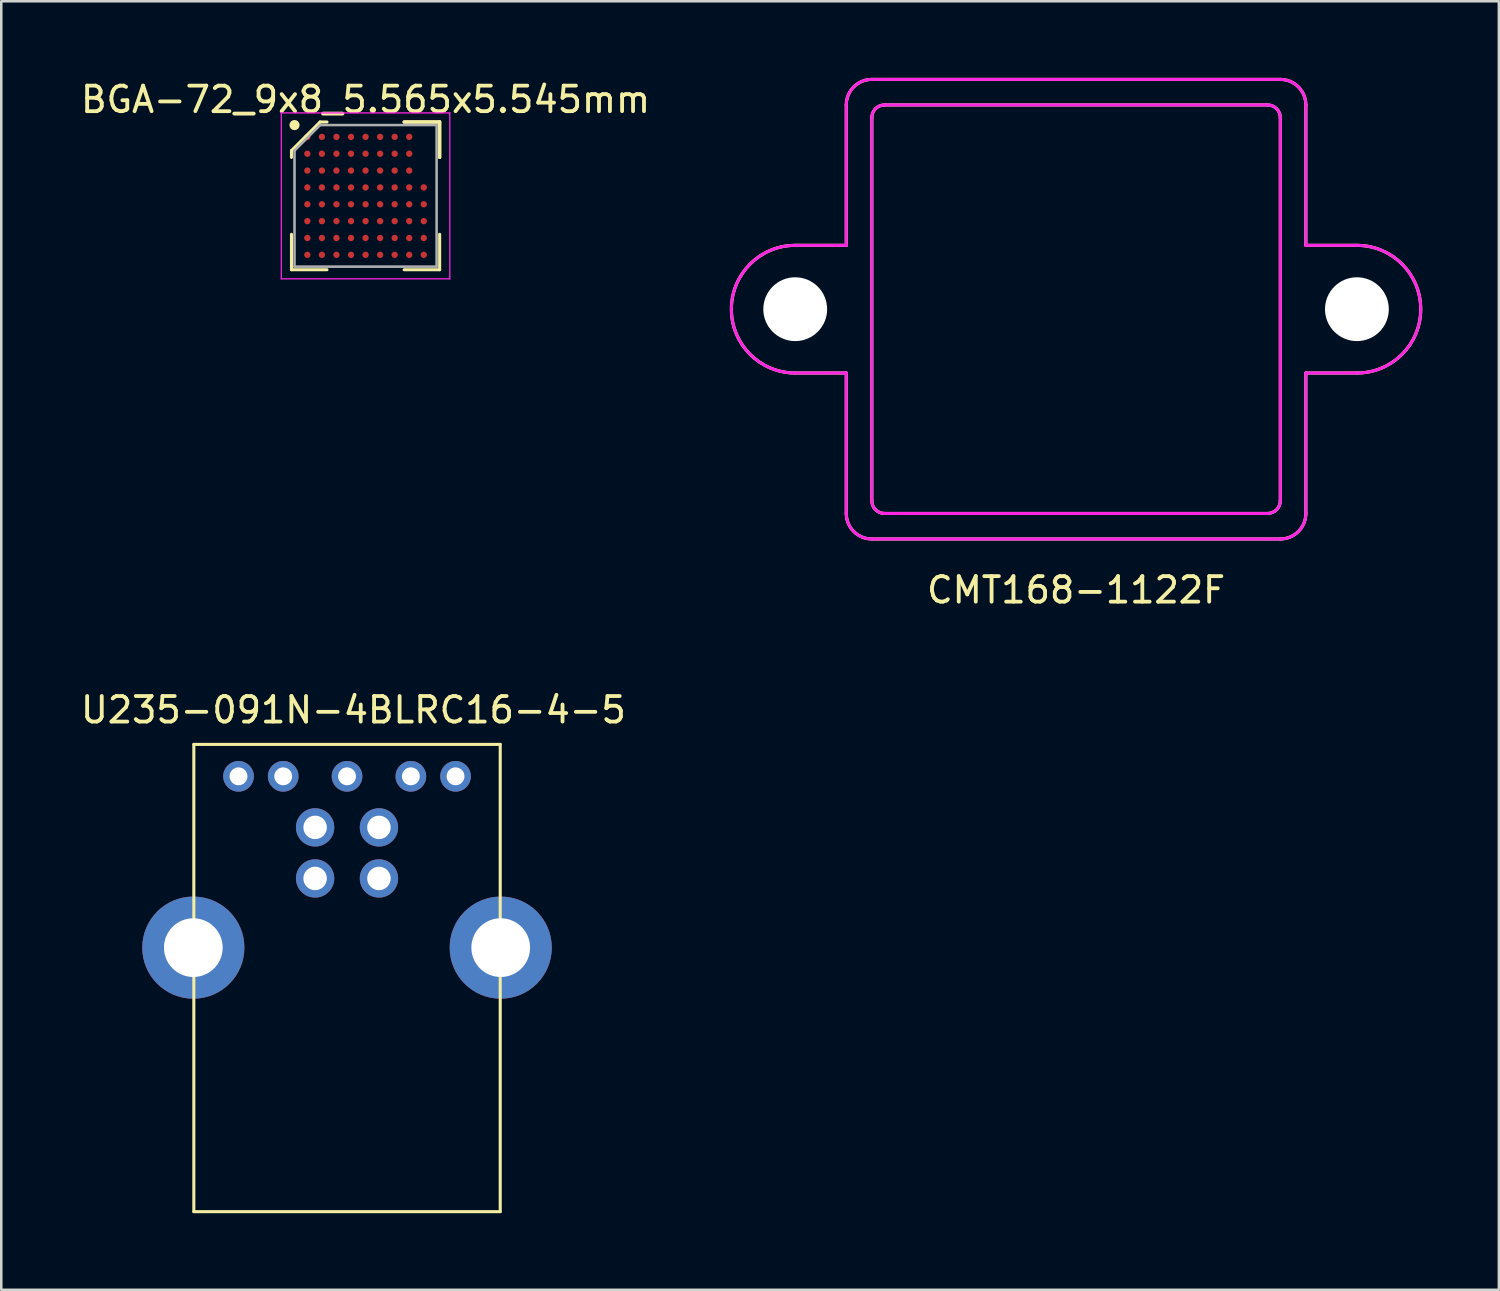
<source format=kicad_pcb>
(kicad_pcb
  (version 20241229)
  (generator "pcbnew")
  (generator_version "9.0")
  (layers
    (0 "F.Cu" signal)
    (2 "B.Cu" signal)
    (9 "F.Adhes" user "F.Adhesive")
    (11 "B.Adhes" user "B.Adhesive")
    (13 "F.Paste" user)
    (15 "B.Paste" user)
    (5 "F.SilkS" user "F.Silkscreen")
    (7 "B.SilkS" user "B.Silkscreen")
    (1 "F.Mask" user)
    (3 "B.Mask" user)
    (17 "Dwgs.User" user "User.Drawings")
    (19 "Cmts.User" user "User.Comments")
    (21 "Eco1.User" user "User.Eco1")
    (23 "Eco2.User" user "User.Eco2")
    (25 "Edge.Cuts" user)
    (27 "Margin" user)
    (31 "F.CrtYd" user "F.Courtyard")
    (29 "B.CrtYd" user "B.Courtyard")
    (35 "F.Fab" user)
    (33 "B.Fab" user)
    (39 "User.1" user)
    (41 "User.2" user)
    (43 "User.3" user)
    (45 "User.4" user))
  (footprint "U235-091N-4BLRC16-4-5"
    (layer "F.Cu")
    (at 10.542 34.106)
    (property "Reference" "U235-091N-4BLRC16-4-5" (at 0.25 -9.35 0) (layer "F.SilkS") (effects (font (size 1 1) (thickness 0.15))))
    (attr through_hole)
    (fp_line (start -6 -8) (end 6 -8) (stroke (width 0.12) (type solid)) (layer "F.SilkS"))
    (fp_line (start -6 10.3) (end -6 -8) (stroke (width 0.12) (type solid)) (layer "F.SilkS"))
    (fp_line (start -6 10.3) (end 6 10.3) (stroke (width 0.12) (type solid)) (layer "F.SilkS"))
    (fp_line (start 6 -8) (end 6 10.3) (stroke (width 0.12) (type solid)) (layer "F.SilkS"))
    (pad "1" thru_hole circle (at 1.25 -4.75) (size 1.5 1.5) (drill 0.92) (layers "*.Cu" "*.Mask"))
    (pad "2" thru_hole circle (at -1.25 -4.75) (size 1.5 1.5) (drill 0.92) (layers "*.Cu" "*.Mask"))
    (pad "3" thru_hole circle (at -1.25 -2.75) (size 1.5 1.5) (drill 0.92) (layers "*.Cu" "*.Mask"))
    (pad "4" thru_hole circle (at 1.25 -2.75) (size 1.5 1.5) (drill 0.92) (layers "*.Cu" "*.Mask"))
    (pad "5" thru_hole circle (at -4.25 -6.75) (size 1.2 1.2) (drill 0.7) (layers "*.Cu" "*.Mask"))
    (pad "6" thru_hole circle (at -2.5 -6.75) (size 1.2 1.2) (drill 0.7) (layers "*.Cu" "*.Mask"))
    (pad "7" thru_hole circle (at 0 -6.75) (size 1.2 1.2) (drill 0.7) (layers "*.Cu" "*.Mask"))
    (pad "8" thru_hole circle (at 2.5 -6.75) (size 1.2 1.2) (drill 0.7) (layers "*.Cu" "*.Mask"))
    (pad "9" thru_hole circle (at 4.25 -6.75) (size 1.2 1.2) (drill 0.7) (layers "*.Cu" "*.Mask"))
    (pad "10" thru_hole circle (at -6.02 -0.04) (size 4 4) (drill 2.3) (layers "*.Cu" "*.Mask"))
    (pad "10" thru_hole circle (at 6.02 -0.04) (size 4 4) (drill 2.3) (layers "*.Cu" "*.Mask")))
  (footprint "CMT168-1122F"
    (layer "F.Cu")
    (at 39.096 9.06)
    (property "Reference" "CMT168-1122F" (at 0 11 0) (layer "F.SilkS") (effects (font (size 1 1) (thickness 0.15))))
    (attr through_hole)
    (fp_line (start -11 -2.5) (end -9 -2.5) (stroke (width 0.12) (type solid)) (layer "F.SilkS"))
    (fp_line (start -9 -8) (end -9 -2.5) (stroke (width 0.12) (type solid)) (layer "F.SilkS"))
    (fp_line (start -9 2.5) (end -11 2.5) (stroke (width 0.12) (type solid)) (layer "F.SilkS"))
    (fp_line (start -9 2.5) (end -9 8) (stroke (width 0.12) (type solid)) (layer "F.SilkS"))
    (fp_line (start -8 -9) (end 8 -9) (stroke (width 0.12) (type solid)) (layer "F.SilkS"))
    (fp_line (start -8 7.5) (end -8 -7.5) (stroke (width 0.12) (type solid)) (layer "F.SilkS"))
    (fp_line (start -7.5 -8) (end 7.5 -8) (stroke (width 0.12) (type solid)) (layer "F.SilkS"))
    (fp_line (start 7.5 8) (end -7.5 8) (stroke (width 0.12) (type solid)) (layer "F.SilkS"))
    (fp_line (start 8 -7.5) (end 8 7.5) (stroke (width 0.12) (type solid)) (layer "F.SilkS"))
    (fp_line (start 8 9) (end -8 9) (stroke (width 0.12) (type solid)) (layer "F.SilkS"))
    (fp_line (start 9 -8) (end 9 -2.5) (stroke (width 0.12) (type solid)) (layer "F.SilkS"))
    (fp_line (start 9 -2.5) (end 11 -2.5) (stroke (width 0.12) (type solid)) (layer "F.SilkS"))
    (fp_line (start 9 2.5) (end 9 8) (stroke (width 0.12) (type solid)) (layer "F.SilkS"))
    (fp_line (start 11 2.5) (end 9 2.5) (stroke (width 0.12) (type solid)) (layer "F.SilkS"))
    (fp_arc (start -11 2.5) (mid -13.5 0) (end -11 -2.5) (stroke (width 0.12) (type solid)) (layer "F.SilkS"))
    (fp_arc (start -9 -8) (mid -8.707107 -8.707107) (end -8 -9) (stroke (width 0.12) (type solid)) (layer "F.SilkS"))
    (fp_arc (start -8 -7.5) (mid -7.853553 -7.853553) (end -7.5 -8) (stroke (width 0.12) (type solid)) (layer "F.SilkS"))
    (fp_arc (start -8 9) (mid -8.707107 8.707107) (end -9 8) (stroke (width 0.12) (type solid)) (layer "F.SilkS"))
    (fp_arc (start -7.5 8) (mid -7.853553 7.853553) (end -8 7.5) (stroke (width 0.12) (type solid)) (layer "F.SilkS"))
    (fp_arc (start 7.5 -8) (mid 7.853553 -7.853553) (end 8 -7.5) (stroke (width 0.12) (type solid)) (layer "F.SilkS"))
    (fp_arc (start 8 -9) (mid 8.707107 -8.707107) (end 9 -8) (stroke (width 0.12) (type solid)) (layer "F.SilkS"))
    (fp_arc (start 8 7.5) (mid 7.853553 7.853553) (end 7.5 8) (stroke (width 0.12) (type solid)) (layer "F.SilkS"))
    (fp_arc (start 9 8) (mid 8.707107 8.707107) (end 8 9) (stroke (width 0.12) (type solid)) (layer "F.SilkS"))
    (fp_arc (start 11 -2.5) (mid 13.5 0) (end 11 2.5) (stroke (width 0.12) (type solid)) (layer "F.SilkS"))
    (fp_line (start -11 2.5) (end -9 2.5) (stroke (width 0.12) (type solid)) (layer "F.CrtYd"))
    (fp_line (start -9 -8) (end -9 -2.5) (stroke (width 0.12) (type solid)) (layer "F.CrtYd"))
    (fp_line (start -9 -2.5) (end -11 -2.5) (stroke (width 0.12) (type solid)) (layer "F.CrtYd"))
    (fp_line (start -9 2.5) (end -9 8) (stroke (width 0.12) (type solid)) (layer "F.CrtYd"))
    (fp_line (start -8 -9) (end 8 -9) (stroke (width 0.12) (type solid)) (layer "F.CrtYd"))
    (fp_line (start -8 7.5) (end -8 -7.5) (stroke (width 0.12) (type solid)) (layer "F.CrtYd"))
    (fp_line (start -8 9) (end 8 9) (stroke (width 0.12) (type solid)) (layer "F.CrtYd"))
    (fp_line (start -7.5 -8) (end 7.5 -8) (stroke (width 0.12) (type solid)) (layer "F.CrtYd"))
    (fp_line (start 7.5 8) (end -7.5 8) (stroke (width 0.12) (type solid)) (layer "F.CrtYd"))
    (fp_line (start 8 7.5) (end 8 -7.5) (stroke (width 0.12) (type solid)) (layer "F.CrtYd"))
    (fp_line (start 9 -8) (end 9 -2.5) (stroke (width 0.12) (type solid)) (layer "F.CrtYd"))
    (fp_line (start 9 -2.5) (end 11 -2.5) (stroke (width 0.12) (type solid)) (layer "F.CrtYd"))
    (fp_line (start 9 2.5) (end 9 8) (stroke (width 0.12) (type solid)) (layer "F.CrtYd"))
    (fp_line (start 11 2.5) (end 9 2.5) (stroke (width 0.12) (type solid)) (layer "F.CrtYd"))
    (fp_arc (start -11 2.5) (mid -13.5 0) (end -11 -2.5) (stroke (width 0.12) (type solid)) (layer "F.CrtYd"))
    (fp_arc (start -9 -8) (mid -8.707107 -8.707107) (end -8 -9) (stroke (width 0.12) (type solid)) (layer "F.CrtYd"))
    (fp_arc (start -8 -7.5) (mid -7.853553 -7.853553) (end -7.5 -8) (stroke (width 0.12) (type solid)) (layer "F.CrtYd"))
    (fp_arc (start -8 9) (mid -8.707107 8.707107) (end -9 8) (stroke (width 0.12) (type solid)) (layer "F.CrtYd"))
    (fp_arc (start -7.5 8) (mid -7.853553 7.853553) (end -8 7.5) (stroke (width 0.12) (type solid)) (layer "F.CrtYd"))
    (fp_arc (start 7.5 -8) (mid 7.853553 -7.853553) (end 8 -7.5) (stroke (width 0.12) (type solid)) (layer "F.CrtYd"))
    (fp_arc (start 8 -9) (mid 8.707107 -8.707107) (end 9 -8) (stroke (width 0.12) (type solid)) (layer "F.CrtYd"))
    (fp_arc (start 8 7.5) (mid 7.853553 7.853553) (end 7.5 8) (stroke (width 0.12) (type solid)) (layer "F.CrtYd"))
    (fp_arc (start 9 8) (mid 8.707107 8.707107) (end 8 9) (stroke (width 0.12) (type solid)) (layer "F.CrtYd"))
    (fp_arc (start 11 -2.5) (mid 13.5 0) (end 11 2.5) (stroke (width 0.12) (type solid)) (layer "F.CrtYd"))
    (pad "" np_thru_hole circle (at -11 0 180) (size 2.5 2.5) (drill 2.5) (layers "*.Cu" "*.Mask"))
    (pad "" np_thru_hole circle (at 11 0 180) (size 2.5 2.5) (drill 2.5) (layers "*.Cu" "*.Mask")))
  (footprint "BGA-72_9x8_5.565x5.545mm"
    (layer "F.Cu")
    (at 11.268 4.621)
    (property "Reference" "BGA-72_9x8_5.565x5.545mm" (at 0 -3.772 0) (layer "F.SilkS") (effects (font (size 1 1) (thickness 0.15))))
    (attr smd)
    (fp_line (start -2.902 -1.772) (end -2.902 -1.506) (stroke (width 0.12) (type solid)) (layer "F.SilkS"))
    (fp_line (start -2.902 2.893) (end -2.902 1.506) (stroke (width 0.12) (type solid)) (layer "F.SilkS"))
    (fp_line (start -1.782 -2.893) (end -2.902 -1.772) (stroke (width 0.12) (type solid)) (layer "F.SilkS"))
    (fp_line (start -1.511 -2.893) (end -1.782 -2.893) (stroke (width 0.12) (type solid)) (layer "F.SilkS"))
    (fp_line (start -1.511 2.893) (end -2.902 2.893) (stroke (width 0.12) (type solid)) (layer "F.SilkS"))
    (fp_line (start 1.511 -2.893) (end 2.902 -2.893) (stroke (width 0.12) (type solid)) (layer "F.SilkS"))
    (fp_line (start 1.511 -2.893) (end 2.902 -2.893) (stroke (width 0.12) (type solid)) (layer "F.SilkS"))
    (fp_line (start 1.511 -2.893) (end 2.902 -2.893) (stroke (width 0.12) (type solid)) (layer "F.SilkS"))
    (fp_line (start 1.511 2.893) (end 2.902 2.893) (stroke (width 0.12) (type solid)) (layer "F.SilkS"))
    (fp_line (start 2.902 -2.893) (end 2.902 -1.506) (stroke (width 0.12) (type solid)) (layer "F.SilkS"))
    (fp_line (start 2.902 -2.893) (end 2.902 -1.506) (stroke (width 0.12) (type solid)) (layer "F.SilkS"))
    (fp_line (start 2.902 -2.893) (end 2.902 -1.506) (stroke (width 0.12) (type solid)) (layer "F.SilkS"))
    (fp_line (start 2.902 2.893) (end 2.902 1.506) (stroke (width 0.12) (type solid)) (layer "F.SilkS"))
    (fp_circle (center -2.783 -2.772) (end -2.783 -2.672) (stroke (width 0.2) (type solid)) (fill no) (layer "F.SilkS"))
    (fp_line (start -3.3 -3.25) (end 3.3 -3.25) (stroke (width 0.05) (type solid)) (layer "F.CrtYd"))
    (fp_line (start -3.3 3.25) (end -3.3 -3.25) (stroke (width 0.05) (type solid)) (layer "F.CrtYd"))
    (fp_line (start 3.3 -3.25) (end 3.3 3.25) (stroke (width 0.05) (type solid)) (layer "F.CrtYd"))
    (fp_line (start 3.3 3.25) (end -3.3 3.25) (stroke (width 0.05) (type solid)) (layer "F.CrtYd"))
    (fp_line (start -2.783 -1.772) (end -2.783 2.772) (stroke (width 0.1) (type solid)) (layer "F.Fab"))
    (fp_line (start -2.783 2.772) (end 2.783 2.772) (stroke (width 0.1) (type solid)) (layer "F.Fab"))
    (fp_line (start -1.782 -2.772) (end -2.783 -1.772) (stroke (width 0.1) (type solid)) (layer "F.Fab"))
    (fp_line (start 2.783 -2.772) (end -1.782 -2.772) (stroke (width 0.1) (type solid)) (layer "F.Fab"))
    (fp_line (start 2.783 2.772) (end 2.783 -2.772) (stroke (width 0.1) (type solid)) (layer "F.Fab"))
    (pad "A1" smd circle (at -2.28 -2.31) (size 0.25 0.25) (layers "F.Cu" "F.Mask" "F.Paste"))
    (pad "A2" smd circle (at -1.71 -2.31) (size 0.25 0.25) (layers "F.Cu" "F.Mask" "F.Paste"))
    (pad "A3" smd circle (at -1.14 -2.31) (size 0.25 0.25) (layers "F.Cu" "F.Mask" "F.Paste"))
    (pad "A4" smd circle (at -0.57 -2.31) (size 0.25 0.25) (layers "F.Cu" "F.Mask" "F.Paste"))
    (pad "A5" smd circle (at 0 -2.31) (size 0.25 0.25) (layers "F.Cu" "F.Mask" "F.Paste"))
    (pad "A6" smd circle (at 0.57 -2.31) (size 0.25 0.25) (layers "F.Cu" "F.Mask" "F.Paste"))
    (pad "A7" smd circle (at 1.14 -2.31) (size 0.25 0.25) (layers "F.Cu" "F.Mask" "F.Paste"))
    (pad "A8" smd circle (at 1.71 -2.31) (size 0.25 0.25) (layers "F.Cu" "F.Mask" "F.Paste"))
    (pad "B1" smd circle (at -2.28 -1.65) (size 0.25 0.25) (layers "F.Cu" "F.Mask" "F.Paste"))
    (pad "B2" smd circle (at -1.71 -1.65) (size 0.25 0.25) (layers "F.Cu" "F.Mask" "F.Paste"))
    (pad "B3" smd circle (at -1.14 -1.65) (size 0.25 0.25) (layers "F.Cu" "F.Mask" "F.Paste"))
    (pad "B4" smd circle (at -0.57 -1.65) (size 0.25 0.25) (layers "F.Cu" "F.Mask" "F.Paste"))
    (pad "B5" smd circle (at 0 -1.65) (size 0.25 0.25) (layers "F.Cu" "F.Mask" "F.Paste"))
    (pad "B6" smd circle (at 0.57 -1.65) (size 0.25 0.25) (layers "F.Cu" "F.Mask" "F.Paste"))
    (pad "B7" smd circle (at 1.14 -1.65) (size 0.25 0.25) (layers "F.Cu" "F.Mask" "F.Paste"))
    (pad "B8" smd circle (at 1.71 -1.65) (size 0.25 0.25) (layers "F.Cu" "F.Mask" "F.Paste"))
    (pad "C1" smd circle (at -2.28 -0.99) (size 0.25 0.25) (layers "F.Cu" "F.Mask" "F.Paste"))
    (pad "C2" smd circle (at -1.71 -0.99) (size 0.25 0.25) (layers "F.Cu" "F.Mask" "F.Paste"))
    (pad "C3" smd circle (at -1.14 -0.99) (size 0.25 0.25) (layers "F.Cu" "F.Mask" "F.Paste"))
    (pad "C4" smd circle (at -0.57 -0.99) (size 0.25 0.25) (layers "F.Cu" "F.Mask" "F.Paste"))
    (pad "C5" smd circle (at 0 -0.99) (size 0.25 0.25) (layers "F.Cu" "F.Mask" "F.Paste"))
    (pad "C6" smd circle (at 0.57 -0.99) (size 0.25 0.25) (layers "F.Cu" "F.Mask" "F.Paste"))
    (pad "C7" smd circle (at 1.14 -0.99) (size 0.25 0.25) (layers "F.Cu" "F.Mask" "F.Paste"))
    (pad "C8" smd circle (at 1.71 -0.99) (size 0.25 0.25) (layers "F.Cu" "F.Mask" "F.Paste"))
    (pad "D1" smd circle (at -2.28 -0.33) (size 0.25 0.25) (layers "F.Cu" "F.Mask" "F.Paste"))
    (pad "D2" smd circle (at -1.71 -0.33) (size 0.25 0.25) (layers "F.Cu" "F.Mask" "F.Paste"))
    (pad "D3" smd circle (at -1.14 -0.33) (size 0.25 0.25) (layers "F.Cu" "F.Mask" "F.Paste"))
    (pad "D4" smd circle (at -0.57 -0.33) (size 0.25 0.25) (layers "F.Cu" "F.Mask" "F.Paste"))
    (pad "D5" smd circle (at 0 -0.33) (size 0.25 0.25) (layers "F.Cu" "F.Mask" "F.Paste"))
    (pad "D6" smd circle (at 0.57 -0.33) (size 0.25 0.25) (layers "F.Cu" "F.Mask" "F.Paste"))
    (pad "D7" smd circle (at 1.14 -0.33) (size 0.25 0.25) (layers "F.Cu" "F.Mask" "F.Paste"))
    (pad "D8" smd circle (at 1.71 -0.33) (size 0.25 0.25) (layers "F.Cu" "F.Mask" "F.Paste"))
    (pad "D9" smd circle (at 2.28 -0.33) (size 0.25 0.25) (layers "F.Cu" "F.Mask" "F.Paste"))
    (pad "E1" smd circle (at -2.28 0.33) (size 0.25 0.25) (layers "F.Cu" "F.Mask" "F.Paste"))
    (pad "E2" smd circle (at -1.71 0.33) (size 0.25 0.25) (layers "F.Cu" "F.Mask" "F.Paste"))
    (pad "E3" smd circle (at -1.14 0.33) (size 0.25 0.25) (layers "F.Cu" "F.Mask" "F.Paste"))
    (pad "E4" smd circle (at -0.57 0.33) (size 0.25 0.25) (layers "F.Cu" "F.Mask" "F.Paste"))
    (pad "E5" smd circle (at 0 0.33) (size 0.25 0.25) (layers "F.Cu" "F.Mask" "F.Paste"))
    (pad "E6" smd circle (at 0.57 0.33) (size 0.25 0.25) (layers "F.Cu" "F.Mask" "F.Paste"))
    (pad "E7" smd circle (at 1.14 0.33) (size 0.25 0.25) (layers "F.Cu" "F.Mask" "F.Paste"))
    (pad "E8" smd circle (at 1.71 0.33) (size 0.25 0.25) (layers "F.Cu" "F.Mask" "F.Paste"))
    (pad "E9" smd circle (at 2.28 0.33) (size 0.25 0.25) (layers "F.Cu" "F.Mask" "F.Paste"))
    (pad "F1" smd circle (at -2.28 0.99) (size 0.25 0.25) (layers "F.Cu" "F.Mask" "F.Paste"))
    (pad "F2" smd circle (at -1.71 0.99) (size 0.25 0.25) (layers "F.Cu" "F.Mask" "F.Paste"))
    (pad "F3" smd circle (at -1.14 0.99) (size 0.25 0.25) (layers "F.Cu" "F.Mask" "F.Paste"))
    (pad "F4" smd circle (at -0.57 0.99) (size 0.25 0.25) (layers "F.Cu" "F.Mask" "F.Paste"))
    (pad "F5" smd circle (at 0 0.99) (size 0.25 0.25) (layers "F.Cu" "F.Mask" "F.Paste"))
    (pad "F6" smd circle (at 0.57 0.99) (size 0.25 0.25) (layers "F.Cu" "F.Mask" "F.Paste"))
    (pad "F7" smd circle (at 1.14 0.99) (size 0.25 0.25) (layers "F.Cu" "F.Mask" "F.Paste"))
    (pad "F8" smd circle (at 1.71 0.99) (size 0.25 0.25) (layers "F.Cu" "F.Mask" "F.Paste"))
    (pad "F9" smd circle (at 2.28 0.99) (size 0.25 0.25) (layers "F.Cu" "F.Mask" "F.Paste"))
    (pad "G1" smd circle (at -2.28 1.65) (size 0.25 0.25) (layers "F.Cu" "F.Mask" "F.Paste"))
    (pad "G2" smd circle (at -1.71 1.65) (size 0.25 0.25) (layers "F.Cu" "F.Mask" "F.Paste"))
    (pad "G3" smd circle (at -1.14 1.65) (size 0.25 0.25) (layers "F.Cu" "F.Mask" "F.Paste"))
    (pad "G4" smd circle (at -0.57 1.65) (size 0.25 0.25) (layers "F.Cu" "F.Mask" "F.Paste"))
    (pad "G5" smd circle (at 0 1.65) (size 0.25 0.25) (layers "F.Cu" "F.Mask" "F.Paste"))
    (pad "G6" smd circle (at 0.57 1.65) (size 0.25 0.25) (layers "F.Cu" "F.Mask" "F.Paste"))
    (pad "G7" smd circle (at 1.14 1.65) (size 0.25 0.25) (layers "F.Cu" "F.Mask" "F.Paste"))
    (pad "G8" smd circle (at 1.71 1.65) (size 0.25 0.25) (layers "F.Cu" "F.Mask" "F.Paste"))
    (pad "G9" smd circle (at 2.28 1.65) (size 0.25 0.25) (layers "F.Cu" "F.Mask" "F.Paste"))
    (pad "H1" smd circle (at -2.28 2.31) (size 0.25 0.25) (layers "F.Cu" "F.Mask" "F.Paste"))
    (pad "H2" smd circle (at -1.71 2.31) (size 0.25 0.25) (layers "F.Cu" "F.Mask" "F.Paste"))
    (pad "H3" smd circle (at -1.14 2.31) (size 0.25 0.25) (layers "F.Cu" "F.Mask" "F.Paste"))
    (pad "H4" smd circle (at -0.57 2.31) (size 0.25 0.25) (layers "F.Cu" "F.Mask" "F.Paste"))
    (pad "H5" smd circle (at 0 2.31) (size 0.25 0.25) (layers "F.Cu" "F.Mask" "F.Paste"))
    (pad "H6" smd circle (at 0.57 2.31) (size 0.25 0.25) (layers "F.Cu" "F.Mask" "F.Paste"))
    (pad "H7" smd circle (at 1.14 2.31) (size 0.25 0.25) (layers "F.Cu" "F.Mask" "F.Paste"))
    (pad "H8" smd circle (at 1.71 2.31) (size 0.25 0.25) (layers "F.Cu" "F.Mask" "F.Paste"))
    (pad "H9" smd circle (at 2.28 2.31) (size 0.25 0.25) (layers "F.Cu" "F.Mask" "F.Paste")))
  (gr_rect
    (start -3 -3)
    (end 55.656 47.467)
    (stroke (width 0.1) (type default))
    (fill no)
    (layer "Edge.Cuts")))
</source>
